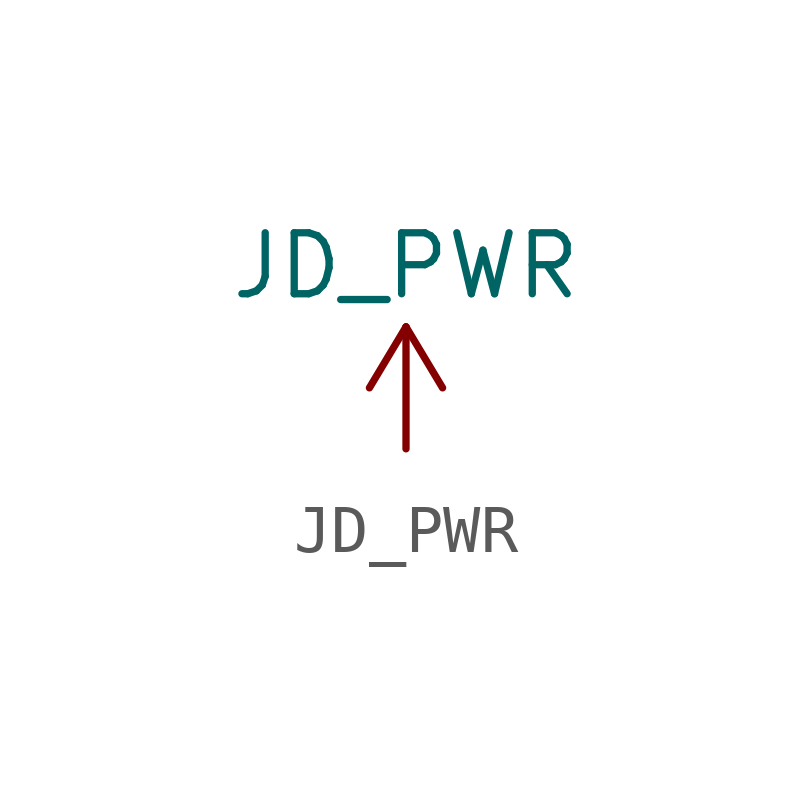
<source format=kicad_sym>
(kicad_symbol_lib
  (version 20210331)
  (generator kicad_symbol_editor)
  (symbol "JD_PWR"
    (power)
    (pin_names
      (offset 0))
    (property "Reference" "#PWR"
      (at 0 -3.81 0)
      (effects (font (size 1.27 1.27)) hide))
    (property "Value" "JD_PWR"
      (at 0 3.81 0)
      (effects (font (size 1.27 1.27))))
    (symbol "JD_PWR_0_1"
      (polyline (pts (xy -0.762 1.27) (xy 0 2.54)) (stroke (width 0) (type solid)) (fill (type none)))
      (polyline (pts (xy 0 0) (xy 0 2.54)) (stroke (width 0) (type solid)) (fill (type none)))
      (polyline (pts (xy 0 2.54) (xy 0.762 1.27)) (stroke (width 0) (type solid)) (fill (type none))))
    (symbol "JD_PWR_1_1"
      (pin power_in line (at 0 0 90) (length 0) hide (name "JD_PWR" (effects (font (size 1.27 1.27)))) (number "1" (effects (font (size 1.27 1.27))))))))
</source>
